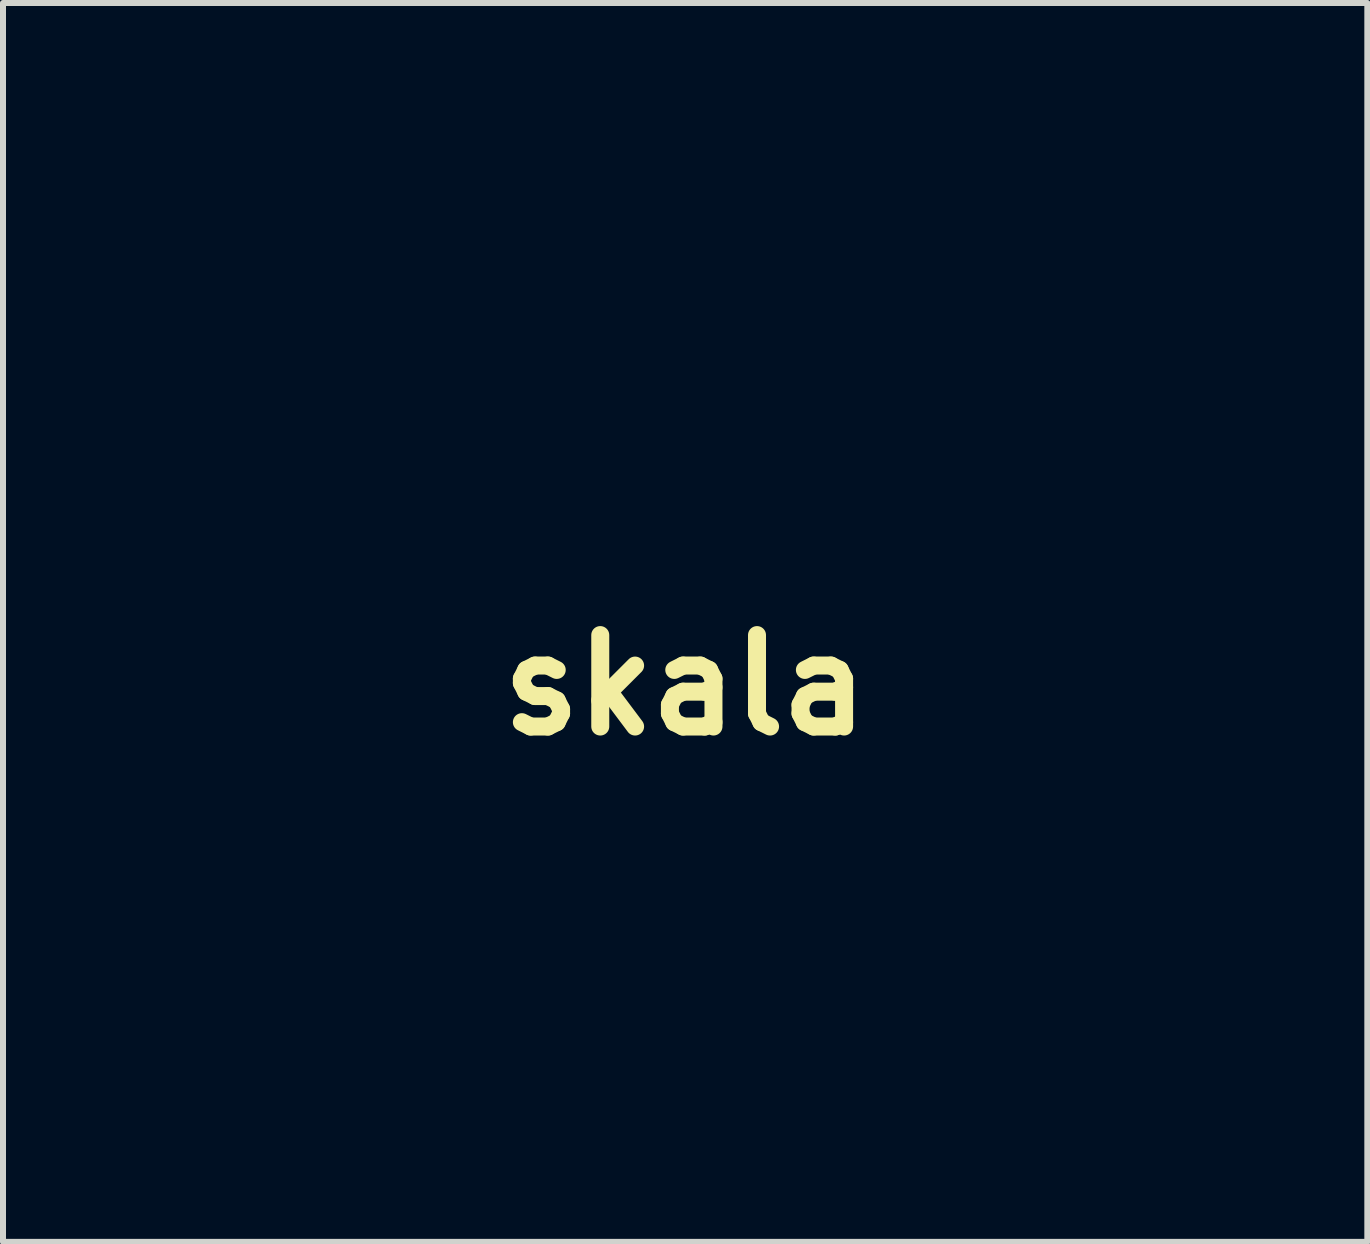
<source format=kicad_pcb>
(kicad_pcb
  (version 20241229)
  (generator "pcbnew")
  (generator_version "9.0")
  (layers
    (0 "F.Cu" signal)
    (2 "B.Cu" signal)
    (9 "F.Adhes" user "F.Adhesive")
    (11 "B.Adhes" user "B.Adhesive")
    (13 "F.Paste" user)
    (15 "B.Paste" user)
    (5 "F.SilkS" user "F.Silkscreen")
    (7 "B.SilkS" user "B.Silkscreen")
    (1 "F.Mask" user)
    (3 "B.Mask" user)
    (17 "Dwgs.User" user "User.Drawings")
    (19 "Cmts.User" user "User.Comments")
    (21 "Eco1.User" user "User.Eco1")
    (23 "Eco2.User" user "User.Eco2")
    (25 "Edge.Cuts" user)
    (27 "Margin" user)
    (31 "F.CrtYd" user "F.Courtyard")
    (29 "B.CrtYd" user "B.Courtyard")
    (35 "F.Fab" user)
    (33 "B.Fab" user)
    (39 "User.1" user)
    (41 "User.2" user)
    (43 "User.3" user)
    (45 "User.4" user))
  (footprint "skala"
    (layer "F.Cu")
    (at 8.37 8.37)
    (property "Reference" "skala" (at 0 0 0) (layer "F.SilkS") (effects (font (size 1.524 1.524) (thickness 0.3))))
    (attr through_hole)
    (fp_poly (pts (xy 0.009 -4.489) (xy 0.01 -0.614) (xy 0.106 -1.092) (xy 0.115 -1.137) (xy 0.128 -1.198) (xy 0.143 -1.274) (xy 0.161 -1.365) (xy 0.182 -1.469) (xy 0.205 -1.586) (xy 0.231 -1.716) (xy 0.259 -1.857) (xy 0.289 -2.009) (xy 0.322 -2.17) (xy 0.356 -2.341) (xy 0.391 -2.521) (xy 0.429 -2.708) (xy 0.467 -2.903) (xy 0.507 -3.104) (xy 0.549 -3.31) (xy 0.591 -3.522) (xy 0.634 -3.738) (xy 0.677 -3.957) (xy 0.721 -4.179) (xy 0.766 -4.403) (xy 0.782 -4.486) (xy 0.826 -4.705) (xy 0.869 -4.92) (xy 0.911 -5.13) (xy 0.951 -5.335) (xy 0.991 -5.533) (xy 1.029 -5.725) (xy 1.066 -5.909) (xy 1.101 -6.086) (xy 1.135 -6.254) (xy 1.167 -6.414) (xy 1.197 -6.563) (xy 1.224 -6.703) (xy 1.25 -6.832) (xy 1.274 -6.949) (xy 1.295 -7.054) (xy 1.314 -7.147) (xy 1.33 -7.226) (xy 1.343 -7.292) (xy 1.353 -7.344) (xy 1.361 -7.38) (xy 1.365 -7.401) (xy 1.366 -7.406) (xy 1.377 -7.407) (xy 1.398 -7.406) (xy 1.423 -7.403) (xy 1.447 -7.398) (xy 1.462 -7.393) (xy 1.464 -7.392) (xy 1.465 -7.387) (xy 1.464 -7.375) (xy 1.462 -7.355) (xy 1.457 -7.326) (xy 1.451 -7.287) (xy 1.442 -7.238) (xy 1.431 -7.178) (xy 1.417 -7.106) (xy 1.401 -7.021) (xy 1.382 -6.923) (xy 1.36 -6.811) (xy 1.335 -6.684) (xy 1.307 -6.542) (xy 1.292 -6.468) (xy 1.275 -6.38) (xy 1.254 -6.277) (xy 1.231 -6.16) (xy 1.205 -6.028) (xy 1.176 -5.885) (xy 1.145 -5.729) (xy 1.112 -5.564) (xy 1.077 -5.388) (xy 1.041 -5.205) (xy 1.003 -5.013) (xy 0.963 -4.816) (xy 0.923 -4.612) (xy 0.882 -4.405) (xy 0.84 -4.194) (xy 0.797 -3.981) (xy 0.755 -3.766) (xy 0.712 -3.551) (xy 0.669 -3.336) (xy 0.627 -3.123) (xy 0.623 -3.103) (xy 0.583 -2.903) (xy 0.544 -2.707) (xy 0.506 -2.516) (xy 0.469 -2.33) (xy 0.434 -2.151) (xy 0.399 -1.978) (xy 0.367 -1.814) (xy 0.336 -1.657) (xy 0.306 -1.509) (xy 0.279 -1.371) (xy 0.254 -1.243) (xy 0.23 -1.126) (xy 0.21 -1.02) (xy 0.191 -0.926) (xy 0.175 -0.845) (xy 0.162 -0.778) (xy 0.151 -0.724) (xy 0.144 -0.686) (xy 0.139 -0.662) (xy 0.138 -0.655) (xy 0.142 -0.661) (xy 0.151 -0.68) (xy 0.163 -0.709) (xy 0.175 -0.739) (xy 0.187 -0.767) (xy 0.204 -0.808) (xy 0.225 -0.859) (xy 0.25 -0.92) (xy 0.277 -0.986) (xy 0.307 -1.057) (xy 0.337 -1.129) (xy 0.339 -1.135) (xy 0.368 -1.206) (xy 0.403 -1.29) (xy 0.442 -1.383) (xy 0.483 -1.483) (xy 0.526 -1.586) (xy 0.569 -1.689) (xy 0.61 -1.789) (xy 0.648 -1.88) (xy 0.685 -1.971) (xy 0.728 -2.074) (xy 0.775 -2.187) (xy 0.824 -2.306) (xy 0.875 -2.427) (xy 0.925 -2.549) (xy 0.974 -2.667) (xy 1.02 -2.779) (xy 1.046 -2.841) (xy 1.085 -2.936) (xy 1.125 -3.033) (xy 1.164 -3.127) (xy 1.202 -3.218) (xy 1.238 -3.304) (xy 1.27 -3.382) (xy 1.298 -3.451) (xy 1.322 -3.508) (xy 1.34 -3.552) (xy 1.342 -3.556) (xy 1.359 -3.598) (xy 1.382 -3.654) (xy 1.41 -3.721) (xy 1.442 -3.798) (xy 1.477 -3.883) (xy 1.515 -3.973) (xy 1.554 -4.067) (xy 1.594 -4.163) (xy 1.633 -4.259) (xy 1.638 -4.271) (xy 1.679 -4.37) (xy 1.721 -4.471) (xy 1.763 -4.573) (xy 1.804 -4.672) (xy 1.844 -4.767) (xy 1.881 -4.856) (xy 1.914 -4.936) (xy 1.942 -5.005) (xy 1.964 -5.059) (xy 2.041 -5.243) (xy 2.116 -5.425) (xy 2.191 -5.606) (xy 2.265 -5.784) (xy 2.337 -5.958) (xy 2.408 -6.129) (xy 2.476 -6.295) (xy 2.543 -6.456) (xy 2.607 -6.61) (xy 2.669 -6.758) (xy 2.727 -6.899) (xy 2.782 -7.032) (xy 2.834 -7.156) (xy 2.881 -7.271) (xy 2.925 -7.376) (xy 2.964 -7.47) (xy 2.999 -7.553) (xy 3.028 -7.624) (xy 3.053 -7.682) (xy 3.072 -7.728) (xy 3.085 -7.759) (xy 3.092 -7.775) (xy 3.093 -7.778) (xy 3.103 -7.778) (xy 3.122 -7.772) (xy 3.147 -7.762) (xy 3.172 -7.75) (xy 3.193 -7.739) (xy 3.205 -7.73) (xy 3.206 -7.727) (xy 3.202 -7.717) (xy 3.192 -7.694) (xy 3.177 -7.658) (xy 3.158 -7.61) (xy 3.134 -7.553) (xy 3.107 -7.488) (xy 3.077 -7.417) (xy 3.046 -7.34) (xy 3.035 -7.315) (xy 3 -7.229) (xy 2.963 -7.141) (xy 2.927 -7.054) (xy 2.892 -6.97) (xy 2.86 -6.892) (xy 2.831 -6.822) (xy 2.807 -6.763) (xy 2.79 -6.723) (xy 2.772 -6.679) (xy 2.748 -6.621) (xy 2.719 -6.553) (xy 2.687 -6.475) (xy 2.652 -6.39) (xy 2.615 -6.301) (xy 2.577 -6.208) (xy 2.539 -6.116) (xy 2.515 -6.058) (xy 2.472 -5.956) (xy 2.426 -5.844) (xy 2.378 -5.728) (xy 2.328 -5.608) (xy 2.279 -5.49) (xy 2.233 -5.377) (xy 2.189 -5.272) (xy 2.15 -5.179) (xy 2.146 -5.169) (xy 2.106 -5.071) (xy 2.061 -4.962) (xy 2.012 -4.845) (xy 1.962 -4.725) (xy 1.913 -4.605) (xy 1.865 -4.491) (xy 1.822 -4.385) (xy 1.799 -4.331) (xy 1.761 -4.238) (xy 1.72 -4.14) (xy 1.678 -4.039) (xy 1.637 -3.939) (xy 1.597 -3.843) (xy 1.56 -3.753) (xy 1.527 -3.674) (xy 1.503 -3.615) (xy 1.476 -3.551) (xy 1.444 -3.473) (xy 1.407 -3.385) (xy 1.368 -3.29) (xy 1.326 -3.189) (xy 1.284 -3.087) (xy 1.242 -2.986) (xy 1.201 -2.887) (xy 1.185 -2.849) (xy 1.145 -2.752) (xy 1.103 -2.649) (xy 1.059 -2.545) (xy 1.016 -2.44) (xy 0.974 -2.339) (xy 0.935 -2.245) (xy 0.899 -2.159) (xy 0.869 -2.085) (xy 0.859 -2.062) (xy 0.833 -1.999) (xy 0.802 -1.924) (xy 0.766 -1.837) (xy 0.726 -1.741) (xy 0.684 -1.639) (xy 0.64 -1.532) (xy 0.595 -1.423) (xy 0.55 -1.314) (xy 0.506 -1.208) (xy 0.488 -1.165) (xy 0.449 -1.071) (xy 0.412 -0.981) (xy 0.377 -0.898) (xy 0.346 -0.821) (xy 0.318 -0.753) (xy 0.294 -0.694) (xy 0.275 -0.646) (xy 0.26 -0.61) (xy 0.251 -0.587) (xy 0.248 -0.579) (xy 0.248 -0.579) (xy 0.253 -0.585) (xy 0.266 -0.604) (xy 0.287 -0.633) (xy 0.313 -0.672) (xy 0.345 -0.719) (xy 0.38 -0.771) (xy 0.407 -0.811) (xy 0.44 -0.86) (xy 0.481 -0.922) (xy 0.531 -0.996) (xy 0.588 -1.082) (xy 0.652 -1.178) (xy 0.723 -1.284) (xy 0.8 -1.399) (xy 0.881 -1.521) (xy 0.968 -1.651) (xy 1.059 -1.787) (xy 1.153 -1.928) (xy 1.25 -2.073) (xy 1.349 -2.222) (xy 1.451 -2.373) (xy 1.553 -2.526) (xy 1.656 -2.68) (xy 1.758 -2.834) (xy 1.861 -2.987) (xy 1.961 -3.138) (xy 2.061 -3.286) (xy 2.157 -3.431) (xy 2.251 -3.571) (xy 2.341 -3.706) (xy 2.427 -3.835) (xy 2.508 -3.956) (xy 2.584 -4.07) (xy 2.654 -4.174) (xy 2.717 -4.269) (xy 2.774 -4.353) (xy 2.815 -4.415) (xy 2.892 -4.53) (xy 2.976 -4.656) (xy 3.064 -4.788) (xy 3.156 -4.926) (xy 3.25 -5.066) (xy 3.343 -5.205) (xy 3.434 -5.341) (xy 3.52 -5.471) (xy 3.601 -5.592) (xy 3.675 -5.702) (xy 3.736 -5.795) (xy 3.796 -5.884) (xy 3.851 -5.967) (xy 3.903 -6.045) (xy 3.95 -6.115) (xy 3.992 -6.177) (xy 4.027 -6.231) (xy 4.056 -6.274) (xy 4.077 -6.306) (xy 4.091 -6.326) (xy 4.095 -6.332) (xy 4.103 -6.33) (xy 4.121 -6.32) (xy 4.145 -6.304) (xy 4.172 -6.284) (xy 4.185 -6.27) (xy 4.186 -6.263) (xy 4.18 -6.255) (xy 4.166 -6.233) (xy 4.144 -6.199) (xy 4.113 -6.154) (xy 4.076 -6.099) (xy 4.033 -6.033) (xy 3.983 -5.959) (xy 3.929 -5.877) (xy 3.869 -5.788) (xy 3.806 -5.693) (xy 3.738 -5.593) (xy 3.669 -5.488) (xy 3.628 -5.427) (xy 3.447 -5.156) (xy 3.275 -4.899) (xy 3.111 -4.654) (xy 2.955 -4.421) (xy 2.807 -4.198) (xy 2.665 -3.986) (xy 2.529 -3.782) (xy 2.398 -3.587) (xy 2.273 -3.399) (xy 2.152 -3.218) (xy 2.035 -3.043) (xy 1.922 -2.873) (xy 1.811 -2.708) (xy 1.702 -2.545) (xy 1.596 -2.386) (xy 1.49 -2.228) (xy 1.385 -2.07) (xy 1.281 -1.914) (xy 1.175 -1.756) (xy 1.097 -1.638) (xy 0.362 -0.538) (xy 3.098 -3.272) (xy 5.833 -6.007) (xy 5.922 -5.918) (xy 3.183 -3.178) (xy 3.003 -2.998) (xy 2.826 -2.82) (xy 2.652 -2.646) (xy 2.482 -2.476) (xy 2.316 -2.31) (xy 2.155 -2.149) (xy 1.998 -1.992) (xy 1.847 -1.841) (xy 1.702 -1.695) (xy 1.563 -1.556) (xy 1.43 -1.423) (xy 1.304 -1.296) (xy 1.185 -1.177) (xy 1.073 -1.066) (xy 0.97 -0.962) (xy 0.875 -0.867) (xy 0.788 -0.78) (xy 0.711 -0.702) (xy 0.643 -0.634) (xy 0.585 -0.575) (xy 0.536 -0.527) (xy 0.499 -0.489) (xy 0.472 -0.462) (xy 0.457 -0.447) (xy 0.453 -0.443) (xy 0.462 -0.448) (xy 0.483 -0.462) (xy 0.515 -0.483) (xy 0.556 -0.511) (xy 0.604 -0.543) (xy 0.658 -0.579) (xy 0.707 -0.612) (xy 0.743 -0.635) (xy 0.792 -0.668) (xy 0.853 -0.709) (xy 0.925 -0.757) (xy 1.007 -0.812) (xy 1.098 -0.873) (xy 1.197 -0.939) (xy 1.303 -1.01) (xy 1.415 -1.085) (xy 1.532 -1.163) (xy 1.653 -1.244) (xy 1.777 -1.326) (xy 1.902 -1.41) (xy 2.028 -1.494) (xy 2.167 -1.587) (xy 2.314 -1.685) (xy 2.465 -1.787) (xy 2.621 -1.89) (xy 2.778 -1.995) (xy 2.935 -2.1) (xy 3.09 -2.204) (xy 3.243 -2.306) (xy 3.39 -2.404) (xy 3.53 -2.498) (xy 3.661 -2.586) (xy 3.782 -2.667) (xy 3.891 -2.739) (xy 3.903 -2.747) (xy 4.121 -2.893) (xy 4.326 -3.03) (xy 4.517 -3.158) (xy 4.696 -3.277) (xy 4.862 -3.388) (xy 5.016 -3.491) (xy 5.158 -3.586) (xy 5.289 -3.674) (xy 5.41 -3.754) (xy 5.52 -3.827) (xy 5.62 -3.894) (xy 5.711 -3.955) (xy 5.792 -4.009) (xy 5.865 -4.057) (xy 5.93 -4.1) (xy 5.986 -4.138) (xy 6.035 -4.17) (xy 6.077 -4.198) (xy 6.113 -4.222) (xy 6.142 -4.241) (xy 6.165 -4.256) (xy 6.183 -4.267) (xy 6.196 -4.276) (xy 6.204 -4.281) (xy 6.209 -4.283) (xy 6.209 -4.283) (xy 6.222 -4.266) (xy 6.236 -4.244) (xy 6.25 -4.221) (xy 6.261 -4.203) (xy 6.265 -4.194) (xy 6.258 -4.188) (xy 6.238 -4.174) (xy 6.205 -4.151) (xy 6.162 -4.121) (xy 6.107 -4.084) (xy 6.043 -4.041) (xy 5.971 -3.992) (xy 5.89 -3.938) (xy 5.803 -3.879) (xy 5.709 -3.816) (xy 5.611 -3.75) (xy 5.508 -3.682) (xy 5.484 -3.666) (xy 5.34 -3.57) (xy 5.188 -3.469) (xy 5.028 -3.362) (xy 4.86 -3.249) (xy 4.682 -3.131) (xy 4.495 -3.006) (xy 4.298 -2.874) (xy 4.091 -2.736) (xy 3.874 -2.591) (xy 3.646 -2.438) (xy 3.406 -2.278) (xy 3.155 -2.11) (xy 2.891 -1.934) (xy 2.615 -1.75) (xy 2.327 -1.557) (xy 2.025 -1.355) (xy 1.709 -1.144) (xy 1.645 -1.101) (xy 1.523 -1.02) (xy 1.406 -0.941) (xy 1.293 -0.866) (xy 1.185 -0.794) (xy 1.084 -0.726) (xy 0.99 -0.663) (xy 0.904 -0.605) (xy 0.826 -0.552) (xy 0.757 -0.506) (xy 0.698 -0.466) (xy 0.65 -0.434) (xy 0.614 -0.409) (xy 0.59 -0.392) (xy 0.579 -0.384) (xy 0.579 -0.384) (xy 0.587 -0.386) (xy 0.608 -0.393) (xy 0.638 -0.405) (xy 0.67 -0.418) (xy 0.718 -0.438) (xy 0.773 -0.461) (xy 0.826 -0.483) (xy 0.847 -0.491) (xy 0.887 -0.508) (xy 0.925 -0.523) (xy 0.956 -0.537) (xy 0.971 -0.543) (xy 0.993 -0.553) (xy 1.008 -0.558) (xy 1.011 -0.559) (xy 1.021 -0.562) (xy 1.041 -0.57) (xy 1.052 -0.575) (xy 1.074 -0.585) (xy 1.107 -0.599) (xy 1.147 -0.615) (xy 1.189 -0.633) (xy 1.194 -0.635) (xy 1.238 -0.653) (xy 1.281 -0.671) (xy 1.318 -0.686) (xy 1.345 -0.698) (xy 1.346 -0.698) (xy 1.371 -0.709) (xy 1.407 -0.724) (xy 1.451 -0.742) (xy 1.497 -0.761) (xy 1.511 -0.767) (xy 1.556 -0.785) (xy 1.612 -0.808) (xy 1.674 -0.834) (xy 1.739 -0.86) (xy 1.801 -0.886) (xy 1.812 -0.891) (xy 1.873 -0.916) (xy 1.936 -0.942) (xy 1.998 -0.968) (xy 2.055 -0.991) (xy 2.101 -1.01) (xy 2.108 -1.013) (xy 2.155 -1.033) (xy 2.201 -1.052) (xy 2.242 -1.069) (xy 2.273 -1.082) (xy 2.278 -1.084) (xy 2.308 -1.097) (xy 2.349 -1.113) (xy 2.394 -1.132) (xy 2.43 -1.147) (xy 2.47 -1.163) (xy 2.507 -1.178) (xy 2.536 -1.191) (xy 2.553 -1.198) (xy 2.57 -1.206) (xy 2.6 -1.218) (xy 2.636 -1.233) (xy 2.675 -1.249) (xy 2.739 -1.275) (xy 2.804 -1.301) (xy 2.866 -1.327) (xy 2.921 -1.35) (xy 2.966 -1.369) (xy 2.972 -1.372) (xy 2.994 -1.381) (xy 3.028 -1.395) (xy 3.069 -1.412) (xy 3.112 -1.429) (xy 3.116 -1.431) (xy 3.156 -1.447) (xy 3.192 -1.462) (xy 3.22 -1.474) (xy 3.237 -1.481) (xy 3.239 -1.482) (xy 3.251 -1.487) (xy 3.277 -1.498) (xy 3.313 -1.513) (xy 3.357 -1.531) (xy 3.405 -1.551) (xy 3.412 -1.554) (xy 3.474 -1.579) (xy 3.545 -1.609) (xy 3.619 -1.639) (xy 3.689 -1.668) (xy 3.73 -1.685) (xy 3.815 -1.72) (xy 3.91 -1.76) (xy 4.011 -1.802) (xy 4.114 -1.844) (xy 4.213 -1.885) (xy 4.305 -1.923) (xy 4.377 -1.953) (xy 4.424 -1.972) (xy 4.47 -1.992) (xy 4.511 -2.009) (xy 4.542 -2.022) (xy 4.547 -2.024) (xy 4.578 -2.037) (xy 4.622 -2.055) (xy 4.676 -2.077) (xy 4.738 -2.103) (xy 4.805 -2.131) (xy 4.874 -2.159) (xy 4.942 -2.188) (xy 5.008 -2.215) (xy 5.067 -2.239) (xy 5.072 -2.241) (xy 5.119 -2.26) (xy 5.163 -2.279) (xy 5.201 -2.295) (xy 5.23 -2.307) (xy 5.241 -2.311) (xy 5.263 -2.321) (xy 5.297 -2.335) (xy 5.338 -2.352) (xy 5.381 -2.369) (xy 5.385 -2.371) (xy 5.425 -2.387) (xy 5.461 -2.402) (xy 5.49 -2.414) (xy 5.506 -2.421) (xy 5.508 -2.421) (xy 5.521 -2.427) (xy 5.548 -2.439) (xy 5.588 -2.455) (xy 5.638 -2.476) (xy 5.697 -2.501) (xy 5.763 -2.528) (xy 5.835 -2.558) (xy 5.911 -2.589) (xy 5.988 -2.621) (xy 6.028 -2.637) (xy 6.077 -2.657) (xy 6.122 -2.676) (xy 6.159 -2.691) (xy 6.186 -2.703) (xy 6.201 -2.709) (xy 6.202 -2.709) (xy 6.216 -2.715) (xy 6.242 -2.726) (xy 6.277 -2.741) (xy 6.317 -2.757) (xy 6.325 -2.76) (xy 6.368 -2.778) (xy 6.409 -2.794) (xy 6.443 -2.809) (xy 6.467 -2.819) (xy 6.469 -2.819) (xy 6.489 -2.828) (xy 6.523 -2.842) (xy 6.568 -2.861) (xy 6.622 -2.883) (xy 6.681 -2.908) (xy 6.745 -2.935) (xy 6.81 -2.962) (xy 6.875 -2.988) (xy 6.936 -3.013) (xy 6.989 -3.035) (xy 7.035 -3.054) (xy 7.08 -3.073) (xy 7.119 -3.089) (xy 7.148 -3.101) (xy 7.154 -3.104) (xy 7.178 -3.114) (xy 7.214 -3.128) (xy 7.257 -3.146) (xy 7.305 -3.166) (xy 7.336 -3.179) (xy 7.384 -3.199) (xy 7.429 -3.217) (xy 7.468 -3.234) (xy 7.497 -3.246) (xy 7.51 -3.251) (xy 7.567 -3.275) (xy 7.611 -3.294) (xy 7.643 -3.306) (xy 7.665 -3.315) (xy 7.679 -3.319) (xy 7.688 -3.319) (xy 7.693 -3.318) (xy 7.694 -3.316) (xy 7.704 -3.299) (xy 7.714 -3.275) (xy 7.724 -3.249) (xy 7.731 -3.226) (xy 7.733 -3.211) (xy 7.732 -3.208) (xy 7.724 -3.204) (xy 7.701 -3.194) (xy 7.664 -3.179) (xy 7.616 -3.158) (xy 7.557 -3.134) (xy 7.488 -3.105) (xy 7.411 -3.073) (xy 7.328 -3.038) (xy 7.238 -3.001) (xy 7.143 -2.962) (xy 7.137 -2.959) (xy 7.025 -2.913) (xy 6.898 -2.86) (xy 6.758 -2.802) (xy 6.608 -2.74) (xy 6.448 -2.674) (xy 6.28 -2.604) (xy 6.105 -2.532) (xy 5.925 -2.457) (xy 5.742 -2.381) (xy 5.556 -2.305) (xy 5.371 -2.228) (xy 5.186 -2.151) (xy 5.003 -2.076) (xy 4.825 -2.002) (xy 4.653 -1.93) (xy 4.487 -1.862) (xy 4.33 -1.797) (xy 4.183 -1.736) (xy 4.048 -1.68) (xy 3.926 -1.629) (xy 3.882 -1.611) (xy 3.788 -1.572) (xy 3.697 -1.534) (xy 3.609 -1.498) (xy 3.527 -1.464) (xy 3.452 -1.433) (xy 3.385 -1.405) (xy 3.329 -1.382) (xy 3.284 -1.363) (xy 3.253 -1.35) (xy 3.243 -1.346) (xy 3.221 -1.337) (xy 3.2 -1.329) (xy 3.179 -1.32) (xy 3.157 -1.311) (xy 3.133 -1.301) (xy 3.106 -1.29) (xy 3.076 -1.278) (xy 3.042 -1.263) (xy 3.003 -1.247) (xy 2.958 -1.228) (xy 2.906 -1.207) (xy 2.846 -1.182) (xy 2.778 -1.154) (xy 2.701 -1.122) (xy 2.614 -1.086) (xy 2.516 -1.045) (xy 2.406 -1) (xy 2.284 -0.949) (xy 2.149 -0.893) (xy 1.999 -0.831) (xy 1.867 -0.777) (xy 1.7 -0.707) (xy 1.548 -0.644) (xy 1.41 -0.587) (xy 1.285 -0.536) (xy 1.174 -0.489) (xy 1.075 -0.448) (xy 0.987 -0.412) (xy 0.911 -0.38) (xy 0.844 -0.353) (xy 0.788 -0.329) (xy 0.74 -0.309) (xy 0.7 -0.292) (xy 0.668 -0.279) (xy 0.643 -0.268) (xy 0.624 -0.259) (xy 0.61 -0.253) (xy 0.601 -0.249) (xy 0.597 -0.247) (xy 0.596 -0.245) (xy 0.597 -0.245) (xy 0.601 -0.246) (xy 0.607 -0.247) (xy 0.613 -0.249) (xy 0.618 -0.25) (xy 0.629 -0.252) (xy 0.656 -0.257) (xy 0.697 -0.265) (xy 0.751 -0.276) (xy 0.816 -0.289) (xy 0.892 -0.304) (xy 0.977 -0.321) (xy 1.07 -0.34) (xy 1.17 -0.359) (xy 1.275 -0.38) (xy 1.367 -0.399) (xy 1.489 -0.423) (xy 1.616 -0.448) (xy 1.746 -0.474) (xy 1.876 -0.5) (xy 2.003 -0.525) (xy 2.126 -0.549) (xy 2.243 -0.573) (xy 2.35 -0.594) (xy 2.445 -0.613) (xy 2.527 -0.629) (xy 2.536 -0.631) (xy 2.62 -0.648) (xy 2.7 -0.664) (xy 2.774 -0.678) (xy 2.84 -0.692) (xy 2.897 -0.703) (xy 2.943 -0.712) (xy 2.975 -0.718) (xy 2.994 -0.722) (xy 2.997 -0.723) (xy 3.013 -0.726) (xy 3.042 -0.731) (xy 3.08 -0.739) (xy 3.122 -0.747) (xy 3.128 -0.748) (xy 3.16 -0.755) (xy 3.207 -0.764) (xy 3.269 -0.777) (xy 3.345 -0.792) (xy 3.434 -0.809) (xy 3.535 -0.829) (xy 3.646 -0.852) (xy 3.768 -0.876) (xy 3.899 -0.902) (xy 4.038 -0.93) (xy 4.185 -0.959) (xy 4.338 -0.989) (xy 4.496 -1.021) (xy 4.659 -1.053) (xy 4.825 -1.086) (xy 4.994 -1.12) (xy 5.165 -1.154) (xy 5.337 -1.188) (xy 5.453 -1.211) (xy 5.585 -1.237) (xy 5.723 -1.265) (xy 5.864 -1.293) (xy 6.006 -1.321) (xy 6.147 -1.349) (xy 6.284 -1.376) (xy 6.415 -1.402) (xy 6.539 -1.427) (xy 6.653 -1.45) (xy 6.754 -1.47) (xy 6.84 -1.487) (xy 6.932 -1.505) (xy 7.019 -1.522) (xy 7.1 -1.538) (xy 7.173 -1.552) (xy 7.237 -1.565) (xy 7.29 -1.575) (xy 7.331 -1.582) (xy 7.358 -1.587) (xy 7.371 -1.589) (xy 7.372 -1.589) (xy 7.376 -1.579) (xy 7.381 -1.559) (xy 7.387 -1.534) (xy 7.393 -1.509) (xy 7.396 -1.49) (xy 7.396 -1.484) (xy 7.396 -1.483) (xy 7.396 -1.483) (xy 7.396 -1.483) (xy 7.396 -1.483) (xy 7.394 -1.482) (xy 7.39 -1.481) (xy 7.385 -1.48) (xy 7.377 -1.478) (xy 7.366 -1.476) (xy 7.352 -1.473) (xy 7.333 -1.469) (xy 7.311 -1.465) (xy 7.283 -1.459) (xy 7.25 -1.452) (xy 7.212 -1.445) (xy 7.167 -1.436) (xy 7.115 -1.425) (xy 7.057 -1.414) (xy 6.99 -1.4) (xy 6.916 -1.386) (xy 6.833 -1.369) (xy 6.741 -1.351) (xy 6.64 -1.331) (xy 6.529 -1.309) (xy 6.407 -1.284) (xy 6.275 -1.258) (xy 6.131 -1.229) (xy 5.976 -1.199) (xy 5.808 -1.165) (xy 5.628 -1.129) (xy 5.435 -1.091) (xy 5.228 -1.05) (xy 5.006 -1.006) (xy 4.771 -0.959) (xy 4.52 -0.909) (xy 4.254 -0.856) (xy 3.972 -0.8) (xy 3.818 -0.769) (xy 3.549 -0.716) (xy 3.296 -0.666) (xy 3.058 -0.618) (xy 2.835 -0.574) (xy 2.625 -0.532) (xy 2.429 -0.493) (xy 2.245 -0.456) (xy 2.073 -0.422) (xy 1.913 -0.39) (xy 1.762 -0.36) (xy 1.622 -0.332) (xy 1.491 -0.306) (xy 1.368 -0.282) (xy 1.253 -0.259) (xy 1.145 -0.237) (xy 1.043 -0.217) (xy 0.948 -0.198) (xy 0.857 -0.179) (xy 0.855 -0.179) (xy 0.309 -0.069) (xy 4.337 -0.069) (xy 8.365 -0.068) (xy 8.365 0.059) (xy 0.675 0.064) (xy 4.031 0.731) (xy 4.266 0.778) (xy 4.497 0.824) (xy 4.723 0.869) (xy 4.944 0.913) (xy 5.159 0.955) (xy 5.368 0.997) (xy 5.569 1.037) (xy 5.763 1.076) (xy 5.949 1.113) (xy 6.126 1.148) (xy 6.294 1.182) (xy 6.453 1.213) (xy 6.601 1.243) (xy 6.738 1.27) (xy 6.863 1.295) (xy 6.977 1.318) (xy 7.078 1.338) (xy 7.166 1.356) (xy 7.241 1.371) (xy 7.301 1.383) (xy 7.347 1.392) (xy 7.377 1.398) (xy 7.391 1.401) (xy 7.392 1.402) (xy 7.393 1.411) (xy 7.391 1.431) (xy 7.387 1.456) (xy 7.382 1.482) (xy 7.377 1.502) (xy 7.373 1.511) (xy 7.365 1.509) (xy 7.34 1.505) (xy 7.3 1.497) (xy 7.245 1.486) (xy 7.176 1.473) (xy 7.093 1.457) (xy 6.997 1.438) (xy 6.887 1.416) (xy 6.766 1.392) (xy 6.633 1.366) (xy 6.489 1.337) (xy 6.334 1.307) (xy 6.17 1.274) (xy 5.996 1.24) (xy 5.813 1.204) (xy 5.622 1.166) (xy 5.423 1.126) (xy 5.217 1.085) (xy 5.004 1.043) (xy 4.786 1) (xy 4.561 0.955) (xy 4.332 0.909) (xy 4.098 0.863) (xy 4.013 0.846) (xy 3.778 0.799) (xy 3.547 0.753) (xy 3.321 0.708) (xy 3.1 0.664) (xy 2.885 0.622) (xy 2.676 0.58) (xy 2.474 0.54) (xy 2.28 0.502) (xy 2.094 0.465) (xy 1.917 0.43) (xy 1.749 0.396) (xy 1.59 0.365) (xy 1.442 0.336) (xy 1.305 0.309) (xy 1.179 0.284) (xy 1.065 0.261) (xy 0.964 0.241) (xy 0.876 0.224) (xy 0.801 0.209) (xy 0.741 0.198) (xy 0.695 0.189) (xy 0.665 0.183) (xy 0.65 0.18) (xy 0.649 0.18) (xy 0.657 0.184) (xy 0.679 0.193) (xy 0.716 0.209) (xy 0.767 0.23) (xy 0.832 0.258) (xy 0.91 0.29) (xy 1.001 0.328) (xy 1.104 0.371) (xy 1.219 0.419) (xy 1.345 0.471) (xy 1.482 0.528) (xy 1.629 0.59) (xy 1.786 0.655) (xy 1.952 0.724) (xy 2.127 0.796) (xy 2.31 0.872) (xy 2.501 0.952) (xy 2.699 1.034) (xy 2.904 1.119) (xy 3.116 1.207) (xy 3.333 1.297) (xy 3.556 1.389) (xy 3.783 1.483) (xy 4.015 1.579) (xy 4.197 1.654) (xy 4.432 1.752) (xy 4.663 1.847) (xy 4.889 1.941) (xy 5.111 2.033) (xy 5.327 2.123) (xy 5.538 2.21) (xy 5.741 2.294) (xy 5.938 2.376) (xy 6.128 2.454) (xy 6.31 2.53) (xy 6.483 2.601) (xy 6.647 2.67) (xy 6.802 2.734) (xy 6.948 2.794) (xy 7.082 2.85) (xy 7.206 2.901) (xy 7.319 2.948) (xy 7.42 2.99) (xy 7.508 3.027) (xy 7.584 3.058) (xy 7.647 3.084) (xy 7.695 3.104) (xy 7.73 3.118) (xy 7.749 3.127) (xy 7.754 3.129) (xy 7.752 3.137) (xy 7.745 3.157) (xy 7.735 3.184) (xy 7.733 3.187) (xy 7.721 3.217) (xy 7.711 3.234) (xy 7.702 3.241) (xy 7.693 3.24) (xy 7.684 3.237) (xy 7.66 3.227) (xy 7.621 3.211) (xy 7.568 3.19) (xy 7.502 3.162) (xy 7.422 3.129) (xy 7.33 3.091) (xy 7.225 3.048) (xy 7.109 3) (xy 6.982 2.948) (xy 6.844 2.891) (xy 6.696 2.83) (xy 6.538 2.764) (xy 6.371 2.695) (xy 6.196 2.623) (xy 6.012 2.547) (xy 5.821 2.468) (xy 5.622 2.386) (xy 5.417 2.301) (xy 5.206 2.213) (xy 4.989 2.123) (xy 4.767 2.031) (xy 4.54 1.937) (xy 4.309 1.842) (xy 4.187 1.791) (xy 3.904 1.674) (xy 3.636 1.563) (xy 3.384 1.458) (xy 3.145 1.359) (xy 2.921 1.266) (xy 2.71 1.179) (xy 2.512 1.097) (xy 2.327 1.02) (xy 2.154 0.949) (xy 1.994 0.882) (xy 1.844 0.82) (xy 1.706 0.763) (xy 1.578 0.71) (xy 1.461 0.662) (xy 1.353 0.617) (xy 1.255 0.576) (xy 1.166 0.539) (xy 1.085 0.506) (xy 1.012 0.476) (xy 0.947 0.449) (xy 0.89 0.426) (xy 0.839 0.405) (xy 0.795 0.387) (xy 0.757 0.371) (xy 0.724 0.358) (xy 0.697 0.347) (xy 0.674 0.338) (xy 0.656 0.33) (xy 0.642 0.325) (xy 0.631 0.321) (xy 0.623 0.318) (xy 0.618 0.316) (xy 0.616 0.316) (xy 0.615 0.316) (xy 0.616 0.317) (xy 0.618 0.318) (xy 0.62 0.32) (xy 0.622 0.321) (xy 0.625 0.323) (xy 0.627 0.324) (xy 0.635 0.33) (xy 0.656 0.345) (xy 0.691 0.368) (xy 0.737 0.399) (xy 0.795 0.438) (xy 0.863 0.484) (xy 0.941 0.536) (xy 1.028 0.595) (xy 1.124 0.659) (xy 1.228 0.729) (xy 1.338 0.803) (xy 1.455 0.881) (xy 1.578 0.963) (xy 1.706 1.048) (xy 1.838 1.137) (xy 1.956 1.215) (xy 2.11 1.318) (xy 2.271 1.425) (xy 2.438 1.537) (xy 2.609 1.651) (xy 2.782 1.767) (xy 2.956 1.883) (xy 3.13 1.999) (xy 3.302 2.114) (xy 3.469 2.226) (xy 3.632 2.334) (xy 3.787 2.438) (xy 3.934 2.536) (xy 4.071 2.628) (xy 4.196 2.711) (xy 4.255 2.75) (xy 4.383 2.836) (xy 4.514 2.924) (xy 4.648 3.013) (xy 4.782 3.103) (xy 4.915 3.192) (xy 5.046 3.279) (xy 5.173 3.364) (xy 5.294 3.445) (xy 5.409 3.522) (xy 5.515 3.593) (xy 5.612 3.657) (xy 5.697 3.714) (xy 5.762 3.757) (xy 5.846 3.814) (xy 5.927 3.868) (xy 6.003 3.919) (xy 6.072 3.965) (xy 6.134 4.006) (xy 6.187 4.042) (xy 6.231 4.072) (xy 6.263 4.094) (xy 6.285 4.108) (xy 6.293 4.114) (xy 6.293 4.114) (xy 6.292 4.123) (xy 6.283 4.141) (xy 6.269 4.163) (xy 6.254 4.184) (xy 6.239 4.2) (xy 6.229 4.206) (xy 6.229 4.206) (xy 6.222 4.203) (xy 6.205 4.192) (xy 6.178 4.174) (xy 6.141 4.15) (xy 6.092 4.118) (xy 6.033 4.078) (xy 5.962 4.031) (xy 5.88 3.977) (xy 5.786 3.914) (xy 5.679 3.843) (xy 5.561 3.764) (xy 5.43 3.677) (xy 5.286 3.581) (xy 5.129 3.476) (xy 4.959 3.362) (xy 4.776 3.24) (xy 4.579 3.108) (xy 4.508 3.061) (xy 4.441 3.015) (xy 4.36 2.961) (xy 4.267 2.899) (xy 4.164 2.83) (xy 4.051 2.755) (xy 3.93 2.674) (xy 3.802 2.588) (xy 3.667 2.498) (xy 3.528 2.405) (xy 3.384 2.309) (xy 3.238 2.212) (xy 3.091 2.113) (xy 2.943 2.015) (xy 2.796 1.916) (xy 2.65 1.819) (xy 2.633 1.808) (xy 2.491 1.713) (xy 2.348 1.617) (xy 2.206 1.523) (xy 2.066 1.429) (xy 1.929 1.337) (xy 1.795 1.248) (xy 1.666 1.161) (xy 1.542 1.079) (xy 1.426 1.001) (xy 1.317 0.928) (xy 1.216 0.861) (xy 1.126 0.8) (xy 1.046 0.747) (xy 0.978 0.701) (xy 0.922 0.664) (xy 0.907 0.654) (xy 0.833 0.604) (xy 0.762 0.558) (xy 0.698 0.515) (xy 0.64 0.476) (xy 0.59 0.444) (xy 0.549 0.417) (xy 0.519 0.398) (xy 0.5 0.386) (xy 0.495 0.383) (xy 0.5 0.389) (xy 0.518 0.407) (xy 0.546 0.436) (xy 0.586 0.476) (xy 0.636 0.526) (xy 0.696 0.586) (xy 0.765 0.656) (xy 0.844 0.736) (xy 0.933 0.824) (xy 1.029 0.921) (xy 1.134 1.026) (xy 1.247 1.139) (xy 1.367 1.26) (xy 1.494 1.387) (xy 1.629 1.522) (xy 1.769 1.662) (xy 1.915 1.809) (xy 2.067 1.961) (xy 2.225 2.119) (xy 2.387 2.281) (xy 2.554 2.448) (xy 2.724 2.618) (xy 2.899 2.793) (xy 3.077 2.971) (xy 3.23 3.124) (xy 5.968 5.862) (xy 5.924 5.906) (xy 5.88 5.95) (xy 3.155 3.227) (xy 2.975 3.047) (xy 2.798 2.871) (xy 2.625 2.697) (xy 2.455 2.528) (xy 2.29 2.363) (xy 2.129 2.202) (xy 1.973 2.046) (xy 1.822 1.896) (xy 1.677 1.751) (xy 1.538 1.613) (xy 1.406 1.481) (xy 1.28 1.355) (xy 1.162 1.237) (xy 1.051 1.127) (xy 0.948 1.024) (xy 0.853 0.93) (xy 0.767 0.844) (xy 0.69 0.768) (xy 0.623 0.7) (xy 0.565 0.643) (xy 0.518 0.596) (xy 0.481 0.56) (xy 0.455 0.534) (xy 0.44 0.52) (xy 0.436 0.516) (xy 0.442 0.525) (xy 0.456 0.547) (xy 0.479 0.581) (xy 0.509 0.626) (xy 0.545 0.681) (xy 0.588 0.745) (xy 0.636 0.817) (xy 0.689 0.897) (xy 0.746 0.982) (xy 0.807 1.073) (xy 0.87 1.167) (xy 0.885 1.19) (xy 0.947 1.282) (xy 1.017 1.388) (xy 1.095 1.504) (xy 1.178 1.628) (xy 1.267 1.761) (xy 1.359 1.898) (xy 1.453 2.04) (xy 1.549 2.184) (xy 1.646 2.328) (xy 1.741 2.471) (xy 1.835 2.611) (xy 1.925 2.747) (xy 1.983 2.832) (xy 2.066 2.958) (xy 2.159 3.095) (xy 2.258 3.244) (xy 2.363 3.401) (xy 2.472 3.565) (xy 2.585 3.734) (xy 2.7 3.906) (xy 2.816 4.08) (xy 2.932 4.253) (xy 3.047 4.425) (xy 3.159 4.592) (xy 3.267 4.754) (xy 3.37 4.909) (xy 3.433 5.003) (xy 3.519 5.131) (xy 3.602 5.256) (xy 3.682 5.376) (xy 3.759 5.491) (xy 3.831 5.6) (xy 3.9 5.703) (xy 3.963 5.798) (xy 4.02 5.885) (xy 4.072 5.963) (xy 4.118 6.032) (xy 4.156 6.09) (xy 4.187 6.137) (xy 4.21 6.172) (xy 4.224 6.195) (xy 4.23 6.205) (xy 4.23 6.205) (xy 4.225 6.219) (xy 4.204 6.238) (xy 4.193 6.246) (xy 4.17 6.261) (xy 4.153 6.271) (xy 4.147 6.274) (xy 4.142 6.267) (xy 4.128 6.246) (xy 4.105 6.213) (xy 4.074 6.166) (xy 4.034 6.108) (xy 3.987 6.038) (xy 3.933 5.956) (xy 3.871 5.864) (xy 3.802 5.762) (xy 3.727 5.65) (xy 3.646 5.529) (xy 3.559 5.399) (xy 3.466 5.261) (xy 3.369 5.115) (xy 3.266 4.962) (xy 3.159 4.802) (xy 3.047 4.635) (xy 2.932 4.463) (xy 2.813 4.285) (xy 2.691 4.102) (xy 2.566 3.915) (xy 2.439 3.724) (xy 2.356 3.6) (xy 2.226 3.407) (xy 2.099 3.216) (xy 1.975 3.03) (xy 1.853 2.848) (xy 1.735 2.67) (xy 1.62 2.499) (xy 1.51 2.332) (xy 1.403 2.173) (xy 1.301 2.02) (xy 1.204 1.874) (xy 1.113 1.736) (xy 1.027 1.607) (xy 0.946 1.486) (xy 0.872 1.375) (xy 0.805 1.273) (xy 0.745 1.182) (xy 0.691 1.102) (xy 0.646 1.032) (xy 0.608 0.975) (xy 0.579 0.93) (xy 0.558 0.898) (xy 0.546 0.879) (xy 0.543 0.874) (xy 0.524 0.841) (xy 0.503 0.809) (xy 0.488 0.789) (xy 0.472 0.77) (xy 0.45 0.741) (xy 0.424 0.705) (xy 0.397 0.667) (xy 0.394 0.663) (xy 0.37 0.628) (xy 0.35 0.599) (xy 0.335 0.578) (xy 0.327 0.568) (xy 0.326 0.567) (xy 0.327 0.574) (xy 0.334 0.593) (xy 0.344 0.615) (xy 0.354 0.64) (xy 0.36 0.659) (xy 0.361 0.667) (xy 0.352 0.665) (xy 0.333 0.656) (xy 0.312 0.645) (xy 0.268 0.624) (xy 0.221 0.611) (xy 0.191 0.605) (xy 0.178 0.604) (xy 0.154 0.603) (xy 0.14 0.602) (xy 0.113 0.6) (xy 0.093 0.596) (xy 0.087 0.594) (xy 0.082 0.584) (xy 0.075 0.56) (xy 0.066 0.525) (xy 0.055 0.481) (xy 0.045 0.431) (xy 0.043 0.423) (xy 0.02 0.309) (xy 0.601 0.309) (xy 0.605 0.313) (xy 0.61 0.309) (xy 0.605 0.305) (xy 0.601 0.309) (xy 0.02 0.309) (xy 0.01 0.258) (xy 0.009 0.416) (xy 0.008 0.472) (xy 0.007 0.518) (xy 0.005 0.553) (xy 0.002 0.574) (xy 0.000139 0.58) (xy -0.011 0.582) (xy -0.035 0.583) (xy -0.067 0.585) (xy -0.105 0.586) (xy -0.142 0.586) (xy -0.177 0.586) (xy -0.201 0.585) (xy -0.217 0.579) (xy -0.221 0.565) (xy -0.221 0.546) (xy -0.229 0.565) (xy -0.239 0.581) (xy -0.247 0.588) (xy -0.262 0.592) (xy -0.285 0.598) (xy -0.295 0.601) (xy -0.333 0.618) (xy -0.373 0.652) (xy -0.374 0.652) (xy -0.394 0.672) (xy -0.409 0.685) (xy -0.415 0.689) (xy -0.415 0.689) (xy -0.412 0.68) (xy -0.404 0.66) (xy -0.393 0.633) (xy -0.376 0.592) (xy -0.365 0.564) (xy -0.359 0.549) (xy -0.359 0.544) (xy -0.362 0.546) (xy -0.369 0.555) (xy -0.384 0.576) (xy -0.405 0.608) (xy -0.432 0.647) (xy -0.463 0.693) (xy -0.49 0.735) (xy -0.53 0.793) (xy -0.572 0.855) (xy -0.616 0.917) (xy -0.656 0.974) (xy -0.692 1.022) (xy -0.704 1.038) (xy -0.74 1.088) (xy -0.78 1.143) (xy -0.817 1.198) (xy -0.85 1.247) (xy -0.863 1.269) (xy -0.913 1.351) (xy -0.958 1.424) (xy -1 1.491) (xy -1.041 1.555) (xy -1.081 1.618) (xy -1.123 1.682) (xy -1.169 1.752) (xy -1.219 1.828) (xy -1.277 1.914) (xy -1.316 1.972) (xy -1.343 2.012) (xy -1.378 2.065) (xy -1.422 2.13) (xy -1.474 2.208) (xy -1.532 2.296) (xy -1.598 2.394) (xy -1.67 2.501) (xy -1.747 2.617) (xy -1.83 2.74) (xy -1.917 2.87) (xy -2.008 3.007) (xy -2.102 3.148) (xy -2.2 3.294) (xy -2.3 3.443) (xy -2.401 3.596) (xy -2.504 3.75) (xy -2.608 3.905) (xy -2.635 3.945) (xy -2.739 4.101) (xy -2.842 4.256) (xy -2.944 4.408) (xy -3.044 4.558) (xy -3.142 4.705) (xy -3.238 4.848) (xy -3.329 4.985) (xy -3.417 5.117) (xy -3.501 5.242) (xy -3.579 5.359) (xy -3.652 5.468) (xy -3.719 5.569) (xy -3.78 5.659) (xy -3.833 5.739) (xy -3.879 5.807) (xy -3.916 5.863) (xy -3.945 5.906) (xy -3.951 5.915) (xy -4.178 6.255) (xy -4.202 6.241) (xy -4.226 6.226) (xy -4.248 6.209) (xy -4.271 6.191) (xy -3.73 5.38) (xy -3.656 5.27) (xy -3.575 5.148) (xy -3.486 5.015) (xy -3.392 4.874) (xy -3.293 4.726) (xy -3.19 4.572) (xy -3.086 4.416) (xy -2.98 4.257) (xy -2.874 4.1) (xy -2.77 3.944) (xy -2.669 3.792) (xy -2.571 3.646) (xy -2.48 3.51) (xy -2.384 3.366) (xy -2.281 3.211) (xy -2.172 3.048) (xy -2.059 2.879) (xy -1.943 2.705) (xy -1.825 2.529) (xy -1.708 2.353) (xy -1.591 2.179) (xy -1.478 2.01) (xy -1.369 1.846) (xy -1.265 1.691) (xy -1.169 1.547) (xy -1.108 1.456) (xy -1.03 1.339) (xy -0.954 1.225) (xy -0.881 1.116) (xy -0.812 1.013) (xy -0.747 0.915) (xy -0.686 0.825) (xy -0.631 0.742) (xy -0.582 0.668) (xy -0.539 0.603) (xy -0.503 0.548) (xy -0.474 0.505) (xy -0.453 0.473) (xy -0.44 0.454) (xy -0.437 0.449) (xy -0.442 0.454) (xy -0.459 0.471) (xy -0.487 0.498) (xy -0.527 0.537) (xy -0.576 0.586) (xy -0.636 0.646) (xy -0.705 0.715) (xy -0.784 0.793) (xy -0.872 0.881) (xy -0.968 0.977) (xy -1.073 1.081) (xy -1.186 1.194) (xy -1.306 1.313) (xy -1.433 1.44) (xy -1.567 1.574) (xy -1.707 1.714) (xy -1.853 1.86) (xy -2.005 2.012) (xy -2.162 2.168) (xy -2.324 2.33) (xy -2.491 2.497) (xy -2.662 2.667) (xy -2.836 2.842) (xy -3.014 3.019) (xy -3.172 3.177) (xy -5.914 5.919) (xy -5.954 5.878) (xy -5.975 5.856) (xy -5.989 5.839) (xy -5.994 5.829) (xy -5.988 5.823) (xy -5.971 5.804) (xy -5.942 5.775) (xy -5.903 5.735) (xy -5.853 5.685) (xy -5.792 5.624) (xy -5.722 5.553) (xy -5.643 5.474) (xy -5.555 5.385) (xy -5.458 5.288) (xy -5.353 5.182) (xy -5.24 5.069) (xy -5.12 4.948) (xy -4.992 4.82) (xy -4.858 4.686) (xy -4.717 4.545) (xy -4.571 4.398) (xy -4.419 4.246) (xy -4.261 4.088) (xy -4.099 3.926) (xy -3.932 3.759) (xy -3.762 3.588) (xy -3.587 3.413) (xy -3.409 3.235) (xy -3.258 3.083) (xy -0.521 0.346) (xy -0.703 0.468) (xy -0.727 0.484) (xy -0.765 0.509) (xy -0.816 0.543) (xy -0.878 0.585) (xy -0.951 0.634) (xy -1.035 0.69) (xy -1.129 0.752) (xy -1.231 0.821) (xy -1.342 0.895) (xy -1.46 0.974) (xy -1.585 1.057) (xy -1.716 1.144) (xy -1.852 1.235) (xy -1.993 1.329) (xy -2.137 1.426) (xy -2.284 1.524) (xy -2.434 1.624) (xy -2.443 1.63) (xy -2.595 1.732) (xy -2.747 1.833) (xy -2.897 1.933) (xy -3.045 2.032) (xy -3.19 2.129) (xy -3.33 2.222) (xy -3.465 2.313) (xy -3.595 2.399) (xy -3.718 2.482) (xy -3.833 2.559) (xy -3.941 2.63) (xy -4.039 2.696) (xy -4.127 2.755) (xy -4.204 2.806) (xy -4.269 2.85) (xy -4.322 2.886) (xy -4.356 2.908) (xy -4.449 2.971) (xy -4.548 3.037) (xy -4.651 3.106) (xy -4.757 3.177) (xy -4.866 3.25) (xy -4.977 3.324) (xy -5.088 3.398) (xy -5.2 3.472) (xy -5.31 3.546) (xy -5.419 3.618) (xy -5.525 3.689) (xy -5.627 3.757) (xy -5.724 3.822) (xy -5.816 3.883) (xy -5.902 3.94) (xy -5.981 3.992) (xy -6.051 4.039) (xy -6.112 4.079) (xy -6.163 4.113) (xy -6.203 4.139) (xy -6.232 4.158) (xy -6.248 4.168) (xy -6.251 4.17) (xy -6.26 4.165) (xy -6.274 4.151) (xy -6.289 4.13) (xy -6.304 4.109) (xy -6.313 4.091) (xy -6.315 4.083) (xy -6.308 4.078) (xy -6.288 4.063) (xy -6.256 4.041) (xy -6.212 4.011) (xy -6.157 3.974) (xy -6.093 3.931) (xy -6.02 3.882) (xy -5.94 3.828) (xy -5.852 3.769) (xy -5.758 3.706) (xy -5.659 3.64) (xy -5.556 3.572) (xy -5.527 3.552) (xy -5.412 3.475) (xy -5.285 3.391) (xy -5.149 3.3) (xy -5.004 3.204) (xy -4.854 3.103) (xy -4.7 3.001) (xy -4.544 2.897) (xy -4.389 2.793) (xy -4.236 2.691) (xy -4.088 2.592) (xy -3.946 2.497) (xy -3.813 2.408) (xy -3.806 2.404) (xy -3.685 2.323) (xy -3.552 2.234) (xy -3.408 2.138) (xy -3.256 2.036) (xy -3.096 1.93) (xy -2.932 1.82) (xy -2.764 1.708) (xy -2.595 1.595) (xy -2.426 1.482) (xy -2.259 1.37) (xy -2.096 1.261) (xy -1.938 1.156) (xy -1.788 1.056) (xy -1.723 1.012) (xy -1.597 0.928) (xy -1.474 0.846) (xy -1.356 0.767) (xy -1.243 0.692) (xy -1.136 0.62) (xy -1.036 0.553) (xy -0.944 0.491) (xy -0.86 0.435) (xy -0.784 0.385) (xy -0.719 0.341) (xy -0.664 0.304) (xy -0.62 0.274) (xy -0.588 0.253) (xy -0.569 0.239) (xy -0.563 0.235) (xy -0.56 0.233) (xy -0.56 0.231) (xy -0.564 0.232) (xy -0.573 0.235) (xy -0.59 0.241) (xy -0.614 0.251) (xy -0.649 0.265) (xy -0.694 0.284) (xy -0.753 0.308) (xy -0.821 0.337) (xy -0.865 0.355) (xy -0.922 0.379) (xy -0.992 0.408) (xy -1.072 0.441) (xy -1.161 0.478) (xy -1.257 0.518) (xy -1.359 0.56) (xy -1.464 0.603) (xy -1.571 0.648) (xy -1.678 0.692) (xy -1.71 0.705) (xy -1.818 0.75) (xy -1.939 0.8) (xy -2.07 0.854) (xy -2.21 0.912) (xy -2.356 0.973) (xy -2.506 1.035) (xy -2.657 1.097) (xy -2.806 1.159) (xy -2.952 1.22) (xy -3.092 1.278) (xy -3.217 1.33) (xy -3.333 1.378) (xy -3.446 1.424) (xy -3.555 1.469) (xy -3.658 1.512) (xy -3.755 1.553) (xy -3.845 1.59) (xy -3.926 1.623) (xy -3.997 1.653) (xy -4.057 1.677) (xy -4.104 1.697) (xy -4.139 1.711) (xy -4.157 1.719) (xy -4.18 1.728) (xy -4.217 1.743) (xy -4.267 1.764) (xy -4.329 1.79) (xy -4.4 1.819) (xy -4.481 1.853) (xy -4.569 1.889) (xy -4.663 1.928) (xy -4.762 1.969) (xy -4.864 2.011) (xy -4.923 2.036) (xy -5.035 2.082) (xy -5.151 2.13) (xy -5.268 2.179) (xy -5.385 2.227) (xy -5.499 2.274) (xy -5.607 2.319) (xy -5.709 2.362) (xy -5.802 2.4) (xy -5.884 2.434) (xy -5.952 2.462) (xy -5.956 2.464) (xy -6.022 2.491) (xy -6.101 2.524) (xy -6.192 2.562) (xy -6.293 2.603) (xy -6.401 2.648) (xy -6.514 2.695) (xy -6.631 2.743) (xy -6.75 2.792) (xy -6.867 2.841) (xy -6.982 2.889) (xy -7.017 2.903) (xy -7.12 2.946) (xy -7.219 2.987) (xy -7.312 3.025) (xy -7.398 3.061) (xy -7.477 3.093) (xy -7.547 3.122) (xy -7.606 3.146) (xy -7.654 3.166) (xy -7.69 3.18) (xy -7.713 3.189) (xy -7.721 3.192) (xy -7.726 3.188) (xy -7.733 3.175) (xy -7.745 3.152) (xy -7.76 3.115) (xy -7.77 3.093) (xy -7.77 3.088) (xy -7.766 3.083) (xy -7.756 3.076) (xy -7.738 3.066) (xy -7.71 3.054) (xy -7.672 3.037) (xy -7.621 3.016) (xy -7.565 2.993) (xy -7.517 2.973) (xy -7.472 2.955) (xy -7.433 2.939) (xy -7.404 2.926) (xy -7.391 2.921) (xy -7.369 2.911) (xy -7.335 2.897) (xy -7.295 2.881) (xy -7.251 2.863) (xy -7.247 2.861) (xy -7.207 2.845) (xy -7.171 2.83) (xy -7.143 2.818) (xy -7.126 2.811) (xy -7.125 2.811) (xy -7.113 2.806) (xy -7.088 2.795) (xy -7.051 2.78) (xy -7.003 2.76) (xy -6.946 2.737) (xy -6.883 2.71) (xy -6.814 2.682) (xy -6.778 2.667) (xy -6.707 2.638) (xy -6.64 2.61) (xy -6.58 2.585) (xy -6.527 2.564) (xy -6.484 2.546) (xy -6.453 2.533) (xy -6.434 2.525) (xy -6.43 2.523) (xy -6.416 2.517) (xy -6.39 2.506) (xy -6.356 2.492) (xy -6.316 2.476) (xy -6.308 2.472) (xy -6.265 2.455) (xy -6.223 2.438) (xy -6.189 2.424) (xy -6.165 2.414) (xy -6.164 2.413) (xy -6.145 2.405) (xy -6.113 2.392) (xy -6.072 2.374) (xy -6.023 2.354) (xy -5.969 2.332) (xy -5.939 2.32) (xy -5.879 2.295) (xy -5.815 2.268) (xy -5.754 2.243) (xy -5.699 2.22) (xy -5.653 2.201) (xy -5.643 2.197) (xy -5.602 2.18) (xy -5.549 2.158) (xy -5.488 2.133) (xy -5.425 2.107) (xy -5.363 2.082) (xy -5.347 2.075) (xy -5.292 2.052) (xy -5.24 2.03) (xy -5.194 2.011) (xy -5.157 1.996) (xy -5.131 1.985) (xy -5.122 1.981) (xy -5.1 1.972) (xy -5.066 1.958) (xy -5.025 1.941) (xy -4.982 1.923) (xy -4.978 1.922) (xy -4.938 1.905) (xy -4.902 1.89) (xy -4.874 1.879) (xy -4.857 1.872) (xy -4.856 1.871) (xy -4.842 1.865) (xy -4.815 1.854) (xy -4.776 1.838) (xy -4.727 1.817) (xy -4.669 1.793) (xy -4.606 1.767) (xy -4.538 1.739) (xy -4.468 1.71) (xy -4.397 1.681) (xy -4.335 1.655) (xy -4.286 1.635) (xy -4.241 1.617) (xy -4.204 1.601) (xy -4.177 1.59) (xy -4.162 1.584) (xy -4.161 1.583) (xy -4.147 1.577) (xy -4.121 1.566) (xy -4.086 1.552) (xy -4.046 1.536) (xy -4.039 1.533) (xy -3.995 1.515) (xy -3.954 1.498) (xy -3.92 1.484) (xy -3.896 1.474) (xy -3.895 1.473) (xy -3.876 1.465) (xy -3.844 1.452) (xy -3.803 1.435) (xy -3.754 1.414) (xy -3.7 1.392) (xy -3.67 1.38) (xy -3.617 1.358) (xy -3.568 1.338) (xy -3.526 1.32) (xy -3.494 1.307) (xy -3.473 1.298) (xy -3.467 1.295) (xy -3.453 1.289) (xy -3.427 1.278) (xy -3.392 1.264) (xy -3.353 1.248) (xy -3.353 1.248) (xy -3.31 1.23) (xy -3.258 1.209) (xy -3.201 1.185) (xy -3.14 1.161) (xy -3.079 1.135) (xy -3.02 1.111) (xy -2.966 1.089) (xy -2.919 1.069) (xy -2.882 1.053) (xy -2.857 1.043) (xy -2.853 1.041) (xy -2.832 1.032) (xy -2.799 1.019) (xy -2.758 1.002) (xy -2.713 0.983) (xy -2.692 0.975) (xy -2.647 0.956) (xy -2.59 0.932) (xy -2.526 0.906) (xy -2.461 0.879) (xy -2.398 0.853) (xy -2.383 0.847) (xy -2.325 0.823) (xy -2.266 0.798) (xy -2.21 0.775) (xy -2.161 0.755) (xy -2.123 0.739) (xy -2.112 0.735) (xy -2.072 0.718) (xy -2.032 0.701) (xy -1.998 0.687) (xy -1.983 0.68) (xy -1.958 0.67) (xy -1.94 0.662) (xy -1.934 0.66) (xy -1.923 0.657) (xy -1.905 0.649) (xy -1.902 0.648) (xy -1.884 0.64) (xy -1.855 0.628) (xy -1.817 0.612) (xy -1.776 0.595) (xy -1.77 0.593) (xy -1.725 0.575) (xy -1.682 0.557) (xy -1.644 0.541) (xy -1.617 0.529) (xy -1.616 0.529) (xy -1.585 0.515) (xy -1.546 0.499) (xy -1.506 0.483) (xy -1.497 0.479) (xy -1.409 0.444) (xy -1.337 0.414) (xy -1.279 0.39) (xy -1.238 0.373) (xy -1.211 0.362) (xy -1.206 0.36) (xy -1.189 0.352) (xy -1.16 0.34) (xy -1.123 0.325) (xy -1.082 0.308) (xy -1.075 0.305) (xy -1.032 0.287) (xy -0.991 0.271) (xy -0.957 0.256) (xy -0.933 0.246) (xy -0.931 0.246) (xy -0.91 0.237) (xy -0.878 0.223) (xy -0.836 0.205) (xy -0.791 0.186) (xy -0.762 0.174) (xy -0.757 0.172) (xy 0.621 0.172) (xy 0.622 0.177) (xy 0.627 0.178) (xy 0.634 0.175) (xy 0.632 0.172) (xy 0.622 0.171) (xy 0.621 0.172) (xy -0.757 0.172) (xy -0.719 0.156) (xy -0.683 0.14) (xy -0.657 0.128) (xy -0.641 0.121) (xy -0.639 0.119) (xy -0.647 0.12) (xy -0.669 0.124) (xy -0.705 0.131) (xy -0.755 0.141) (xy -0.82 0.154) (xy -0.9 0.17) (xy -0.994 0.188) (xy -1.103 0.21) (xy -1.227 0.234) (xy -1.365 0.262) (xy -1.52 0.292) (xy -1.689 0.326) (xy -1.874 0.363) (xy -2.074 0.403) (xy -2.291 0.446) (xy -2.523 0.492) (xy -2.771 0.541) (xy -3.035 0.594) (xy -3.315 0.649) (xy -3.611 0.708) (xy -3.924 0.771) (xy -3.967 0.779) (xy -4.266 0.839) (xy -4.548 0.895) (xy -4.815 0.948) (xy -5.066 0.998) (xy -5.302 1.045) (xy -5.524 1.089) (xy -5.73 1.13) (xy -5.923 1.169) (xy -6.102 1.204) (xy -6.267 1.237) (xy -6.419 1.267) (xy -6.559 1.295) (xy -6.686 1.32) (xy -6.801 1.343) (xy -6.905 1.364) (xy -6.997 1.382) (xy -7.078 1.398) (xy -7.149 1.412) (xy -7.209 1.424) (xy -7.259 1.434) (xy -7.3 1.442) (xy -7.332 1.448) (xy -7.355 1.452) (xy -7.369 1.455) (xy -7.375 1.456) (xy -7.375 1.456) (xy -7.38 1.449) (xy -7.385 1.43) (xy -7.391 1.405) (xy -7.395 1.38) (xy -7.397 1.359) (xy -7.397 1.349) (xy -7.396 1.348) (xy -7.388 1.346) (xy -7.364 1.341) (xy -7.325 1.333) (xy -7.275 1.322) (xy -7.213 1.309) (xy -7.142 1.295) (xy -7.062 1.279) (xy -6.974 1.261) (xy -6.881 1.243) (xy -6.822 1.231) (xy -6.724 1.212) (xy -6.628 1.193) (xy -6.537 1.174) (xy -6.452 1.158) (xy -6.375 1.142) (xy -6.307 1.129) (xy -6.251 1.117) (xy -6.206 1.108) (xy -6.177 1.102) (xy -6.168 1.101) (xy -6.147 1.096) (xy -6.11 1.089) (xy -6.06 1.079) (xy -5.998 1.066) (xy -5.924 1.052) (xy -5.84 1.035) (xy -5.749 1.017) (xy -5.65 0.997) (xy -5.546 0.976) (xy -5.438 0.955) (xy -5.364 0.94) (xy -5.152 0.898) (xy -4.924 0.853) (xy -4.682 0.805) (xy -4.425 0.754) (xy -4.156 0.7) (xy -3.875 0.645) (xy -3.584 0.586) (xy -3.282 0.526) (xy -2.971 0.465) (xy -2.652 0.401) (xy -2.325 0.336) (xy -2.04 0.28) (xy -1.918 0.255) (xy -1.799 0.232) (xy -1.684 0.209) (xy -1.575 0.187) (xy -1.473 0.167) (xy -1.379 0.148) (xy -1.294 0.131) (xy -1.219 0.116) (xy -1.209 0.114) (xy -0.627 0.114) (xy -0.622 0.119) (xy -0.618 0.114) (xy -0.622 0.11) (xy -0.627 0.114) (xy -1.209 0.114) (xy -1.156 0.104) (xy -1.107 0.094) (xy -1.072 0.087) (xy -1.054 0.084) (xy -0.953 0.064) (xy -8.365 0.059) (xy -8.365 -0.03) (xy -0.211 -0.03) (xy -0.204 0.02) (xy -0.185 0.067) (xy -0.155 0.109) (xy -0.113 0.141) (xy -0.078 0.157) (xy -0.023 0.169) (xy 0.032 0.163) (xy 0.077 0.146) (xy 0.124 0.114) (xy 0.158 0.073) (xy 0.18 0.026) (xy 0.189 -0.024) (xy 0.185 -0.075) (xy 0.169 -0.124) (xy 0.139 -0.168) (xy 0.097 -0.204) (xy 0.084 -0.212) (xy 0.058 -0.224) (xy 0.031 -0.231) (xy -0.004 -0.233) (xy -0.013 -0.233) (xy -0.048 -0.232) (xy -0.074 -0.227) (xy -0.096 -0.218) (xy -0.115 -0.207) (xy -0.158 -0.172) (xy -0.189 -0.128) (xy -0.206 -0.08) (xy -0.211 -0.03) (xy -8.365 -0.03) (xy -8.365 -0.068) (xy -4.483 -0.07) (xy -0.602 -0.072) (xy -3.993 -0.747) (xy -4.229 -0.794) (xy -4.462 -0.84) (xy -4.689 -0.885) (xy -4.911 -0.929) (xy -5.127 -0.972) (xy -5.337 -1.014) (xy -5.54 -1.055) (xy -5.735 -1.094) (xy -5.923 -1.131) (xy -6.101 -1.167) (xy -6.271 -1.2) (xy -6.43 -1.232) (xy -6.58 -1.262) (xy -6.718 -1.29) (xy -6.845 -1.315) (xy -6.961 -1.339) (xy -7.063 -1.359) (xy -7.153 -1.377) (xy -7.229 -1.393) (xy -7.291 -1.405) (xy -7.338 -1.415) (xy -7.37 -1.421) (xy -7.387 -1.425) (xy -7.389 -1.425) (xy -7.389 -1.435) (xy -7.387 -1.456) (xy -7.382 -1.481) (xy -7.374 -1.514) (xy -7.365 -1.53) (xy -7.36 -1.532) (xy -7.351 -1.531) (xy -7.326 -1.526) (xy -7.285 -1.518) (xy -7.229 -1.507) (xy -7.16 -1.493) (xy -7.076 -1.477) (xy -6.979 -1.458) (xy -6.869 -1.436) (xy -6.747 -1.412) (xy -6.613 -1.386) (xy -6.469 -1.357) (xy -6.314 -1.326) (xy -6.149 -1.293) (xy -5.974 -1.259) (xy -5.791 -1.222) (xy -5.599 -1.184) (xy -5.4 -1.145) (xy -5.193 -1.104) (xy -4.98 -1.062) (xy -4.761 -1.018) (xy -4.537 -0.973) (xy -4.307 -0.928) (xy -4.073 -0.881) (xy -3.986 -0.864) (xy -3.75 -0.817) (xy -3.519 -0.771) (xy -3.293 -0.726) (xy -3.072 -0.682) (xy -2.857 -0.639) (xy -2.648 -0.598) (xy -2.446 -0.558) (xy -2.252 -0.519) (xy -2.066 -0.482) (xy -1.889 -0.447) (xy -1.721 -0.414) (xy -1.562 -0.383) (xy -1.414 -0.353) (xy -1.277 -0.326) (xy -1.151 -0.301) (xy -1.037 -0.279) (xy -0.936 -0.259) (xy -0.848 -0.242) (xy -0.773 -0.227) (xy -0.713 -0.215) (xy -0.667 -0.206) (xy -0.637 -0.2) (xy -0.622 -0.198) (xy -0.621 -0.197) (xy -0.629 -0.201) (xy -0.651 -0.21) (xy -0.689 -0.226) (xy -0.74 -0.248) (xy -0.806 -0.275) (xy -0.884 -0.308) (xy -0.887 -0.309) (xy -0.542 -0.309) (xy -0.538 -0.305) (xy -0.533 -0.309) (xy -0.538 -0.313) (xy -0.542 -0.309) (xy -0.887 -0.309) (xy -0.975 -0.346) (xy -1.078 -0.389) (xy -1.194 -0.437) (xy -1.32 -0.489) (xy -1.457 -0.546) (xy -1.604 -0.607) (xy -1.761 -0.672) (xy -1.928 -0.741) (xy -2.103 -0.814) (xy -2.286 -0.89) (xy -2.478 -0.97) (xy -2.676 -1.052) (xy -2.881 -1.137) (xy -3.093 -1.225) (xy -3.311 -1.315) (xy -3.534 -1.407) (xy -3.761 -1.502) (xy -3.994 -1.598) (xy -4.183 -1.676) (xy -4.418 -1.774) (xy -4.649 -1.87) (xy -4.876 -1.964) (xy -5.098 -2.056) (xy -5.315 -2.145) (xy -5.525 -2.233) (xy -5.729 -2.318) (xy -5.927 -2.399) (xy -6.117 -2.478) (xy -6.298 -2.554) (xy -6.472 -2.626) (xy -6.637 -2.694) (xy -6.792 -2.759) (xy -6.937 -2.82) (xy -7.073 -2.876) (xy -7.197 -2.928) (xy -7.31 -2.975) (xy -7.411 -3.017) (xy -7.5 -3.054) (xy -7.576 -3.086) (xy -7.639 -3.113) (xy -7.687 -3.133) (xy -7.722 -3.148) (xy -7.742 -3.157) (xy -7.747 -3.159) (xy -7.744 -3.172) (xy -7.735 -3.193) (xy -7.724 -3.219) (xy -7.712 -3.243) (xy -7.702 -3.261) (xy -7.695 -3.268) (xy -7.695 -3.268) (xy -7.687 -3.265) (xy -7.664 -3.255) (xy -7.626 -3.24) (xy -7.573 -3.218) (xy -7.508 -3.191) (xy -7.428 -3.159) (xy -7.337 -3.121) (xy -7.233 -3.078) (xy -7.117 -3.03) (xy -6.99 -2.978) (xy -6.853 -2.921) (xy -6.705 -2.86) (xy -6.547 -2.795) (xy -6.38 -2.726) (xy -6.205 -2.653) (xy -6.021 -2.577) (xy -5.829 -2.498) (xy -5.63 -2.416) (xy -5.425 -2.33) (xy -5.213 -2.243) (xy -4.995 -2.152) (xy -4.772 -2.06) (xy -4.544 -1.966) (xy -4.311 -1.869) (xy -4.122 -1.791) (xy -3.886 -1.693) (xy -3.655 -1.598) (xy -3.428 -1.504) (xy -3.206 -1.412) (xy -2.989 -1.322) (xy -2.779 -1.235) (xy -2.574 -1.15) (xy -2.377 -1.069) (xy -2.187 -0.99) (xy -2.005 -0.915) (xy -1.831 -0.843) (xy -1.666 -0.775) (xy -1.511 -0.711) (xy -1.365 -0.651) (xy -1.23 -0.595) (xy -1.105 -0.543) (xy -0.992 -0.497) (xy -0.891 -0.455) (xy -0.802 -0.418) (xy -0.725 -0.387) (xy -0.662 -0.361) (xy -0.613 -0.341) (xy -0.578 -0.327) (xy -0.558 -0.318) (xy -0.553 -0.317) (xy -0.559 -0.321) (xy -0.579 -0.335) (xy -0.611 -0.357) (xy -0.64 -0.377) (xy 0.559 -0.377) (xy 0.563 -0.373) (xy 0.567 -0.377) (xy 0.563 -0.381) (xy 0.559 -0.377) (xy -0.64 -0.377) (xy -0.655 -0.387) (xy -0.71 -0.424) (xy -0.775 -0.468) (xy -0.848 -0.517) (xy -0.931 -0.573) (xy -1.02 -0.633) (xy -1.116 -0.697) (xy -1.219 -0.766) (xy -1.326 -0.837) (xy -1.437 -0.912) (xy -1.467 -0.932) (xy -1.593 -1.016) (xy -1.723 -1.103) (xy -1.857 -1.193) (xy -1.993 -1.283) (xy -2.128 -1.374) (xy -2.262 -1.463) (xy -2.392 -1.55) (xy -2.517 -1.633) (xy -2.635 -1.712) (xy -2.744 -1.785) (xy -2.843 -1.852) (xy -2.931 -1.91) (xy -2.955 -1.926) (xy -3.023 -1.972) (xy -3.104 -2.026) (xy -3.197 -2.088) (xy -3.3 -2.157) (xy -3.414 -2.233) (xy -3.535 -2.314) (xy -3.665 -2.4) (xy -3.8 -2.491) (xy -3.941 -2.585) (xy -4.086 -2.682) (xy -4.233 -2.78) (xy -4.383 -2.88) (xy -4.533 -2.981) (xy -4.683 -3.081) (xy -4.832 -3.18) (xy -4.894 -3.221) (xy -5.032 -3.313) (xy -5.166 -3.403) (xy -5.296 -3.49) (xy -5.42 -3.573) (xy -5.539 -3.653) (xy -5.652 -3.728) (xy -5.757 -3.798) (xy -5.855 -3.864) (xy -5.944 -3.923) (xy -6.024 -3.977) (xy -6.094 -4.024) (xy -6.153 -4.064) (xy -6.202 -4.097) (xy -6.238 -4.121) (xy -6.262 -4.137) (xy -6.272 -4.145) (xy -6.273 -4.145) (xy -6.278 -4.153) (xy -6.276 -4.165) (xy -6.266 -4.183) (xy -6.253 -4.203) (xy -6.222 -4.25) (xy -5.226 -3.584) (xy -4.889 -3.359) (xy -4.566 -3.143) (xy -4.257 -2.937) (xy -3.961 -2.739) (xy -3.679 -2.55) (xy -3.41 -2.371) (xy -3.154 -2.2) (xy -2.912 -2.038) (xy -2.682 -1.884) (xy -2.464 -1.739) (xy -2.259 -1.602) (xy -2.067 -1.473) (xy -1.886 -1.353) (xy -1.718 -1.24) (xy -1.562 -1.136) (xy -1.417 -1.039) (xy -1.283 -0.95) (xy -1.162 -0.869) (xy -1.051 -0.795) (xy -0.951 -0.728) (xy -0.862 -0.669) (xy -0.784 -0.617) (xy -0.717 -0.572) (xy -0.66 -0.534) (xy -0.613 -0.503) (xy -0.576 -0.479) (xy -0.55 -0.461) (xy -0.533 -0.45) (xy -0.525 -0.445) (xy -0.525 -0.445) (xy -0.53 -0.45) (xy -0.547 -0.467) (xy -0.575 -0.496) (xy -0.613 -0.535) (xy -0.663 -0.585) (xy -0.722 -0.644) (xy -0.791 -0.714) (xy -0.869 -0.792) (xy -0.957 -0.88) (xy -1.053 -0.977) (xy -1.157 -1.081) (xy -1.269 -1.194) (xy -1.389 -1.314) (xy -1.516 -1.441) (xy -1.649 -1.574) (xy -1.789 -1.715) (xy -1.935 -1.861) (xy -2.086 -2.012) (xy -2.243 -2.169) (xy -2.405 -2.331) (xy -2.571 -2.497) (xy -2.741 -2.668) (xy -2.915 -2.842) (xy -3.092 -3.019) (xy -3.233 -3.16) (xy -5.954 -5.882) (xy -5.863 -5.969) (xy -3.121 -3.228) (xy -2.941 -3.048) (xy -2.763 -2.87) (xy -2.59 -2.697) (xy -2.419 -2.527) (xy -2.253 -2.361) (xy -2.092 -2.2) (xy -1.936 -2.044) (xy -1.784 -1.893) (xy -1.639 -1.748) (xy -1.5 -1.608) (xy -1.367 -1.476) (xy -1.24 -1.35) (xy -1.121 -1.231) (xy -1.01 -1.12) (xy -0.906 -1.017) (xy -0.811 -0.922) (xy -0.725 -0.836) (xy -0.647 -0.759) (xy -0.579 -0.691) (xy -0.52 -0.634) (xy -0.472 -0.586) (xy -0.435 -0.549) (xy -0.408 -0.522) (xy -0.392 -0.507) (xy -0.388 -0.504) (xy -0.394 -0.512) (xy -0.408 -0.534) (xy -0.431 -0.569) (xy -0.462 -0.616) (xy -0.501 -0.674) (xy -0.547 -0.743) (xy -0.599 -0.822) (xy -0.658 -0.91) (xy -0.723 -1.007) (xy -0.793 -1.112) (xy -0.868 -1.224) (xy -0.947 -1.343) (xy -1.031 -1.468) (xy -1.118 -1.598) (xy -1.208 -1.733) (xy -1.3 -1.872) (xy -1.345 -1.939) (xy -1.456 -2.105) (xy -1.575 -2.283) (xy -1.701 -2.471) (xy -1.832 -2.668) (xy -1.968 -2.871) (xy -2.107 -3.079) (xy -2.248 -3.29) (xy -2.389 -3.501) (xy -2.53 -3.712) (xy -2.669 -3.919) (xy -2.804 -4.122) (xy -2.935 -4.318) (xy -3.06 -4.506) (xy -3.179 -4.682) (xy -3.257 -4.799) (xy -4.22 -6.242) (xy -4.197 -6.26) (xy -4.173 -6.278) (xy -4.149 -6.293) (xy -4.124 -6.308) (xy -3.543 -5.438) (xy -3.416 -5.247) (xy -3.287 -5.054) (xy -3.157 -4.859) (xy -3.026 -4.663) (xy -2.894 -4.465) (xy -2.761 -4.267) (xy -2.629 -4.069) (xy -2.497 -3.872) (xy -2.366 -3.675) (xy -2.236 -3.481) (xy -2.107 -3.288) (xy -1.98 -3.098) (xy -1.855 -2.911) (xy -1.733 -2.727) (xy -1.613 -2.548) (xy -1.496 -2.373) (xy -1.382 -2.203) (xy -1.272 -2.039) (xy -1.167 -1.881) (xy -1.065 -1.729) (xy -0.969 -1.585) (xy -0.877 -1.448) (xy -0.791 -1.319) (xy -0.71 -1.199) (xy -0.636 -1.088) (xy -0.568 -0.986) (xy -0.507 -0.895) (xy -0.452 -0.814) (xy -0.406 -0.744) (xy -0.367 -0.686) (xy -0.336 -0.64) (xy -0.313 -0.607) (xy -0.299 -0.587) (xy -0.295 -0.58) (xy -0.288 -0.576) (xy -0.29 -0.58) (xy -0.294 -0.589) (xy -0.304 -0.612) (xy -0.319 -0.649) (xy -0.34 -0.698) (xy -0.365 -0.759) (xy -0.394 -0.829) (xy -0.427 -0.909) (xy -0.463 -0.996) (xy -0.502 -1.09) (xy -0.544 -1.19) (xy -0.587 -1.294) (xy -0.593 -1.308) (xy -0.685 -1.531) (xy -0.772 -1.741) (xy -0.854 -1.938) (xy -0.932 -2.127) (xy -1.006 -2.307) (xy -1.079 -2.482) (xy -1.15 -2.654) (xy -1.22 -2.824) (xy -1.291 -2.994) (xy -1.363 -3.167) (xy -1.429 -3.327) (xy -1.462 -3.406) (xy -1.5 -3.499) (xy -1.543 -3.603) (xy -1.59 -3.716) (xy -1.64 -3.837) (xy -1.693 -3.963) (xy -1.746 -4.093) (xy -1.8 -4.223) (xy -1.854 -4.353) (xy -1.907 -4.48) (xy -1.95 -4.585) (xy -1.994 -4.692) (xy -2.044 -4.812) (xy -2.099 -4.945) (xy -2.158 -5.087) (xy -2.221 -5.239) (xy -2.286 -5.396) (xy -2.353 -5.558) (xy -2.421 -5.723) (xy -2.49 -5.889) (xy -2.559 -6.054) (xy -2.626 -6.217) (xy -2.691 -6.375) (xy -2.754 -6.527) (xy -2.759 -6.539) (xy -2.815 -6.673) (xy -2.868 -6.803) (xy -2.92 -6.928) (xy -2.969 -7.046) (xy -3.015 -7.158) (xy -3.058 -7.263) (xy -3.097 -7.359) (xy -3.133 -7.445) (xy -3.164 -7.521) (xy -3.19 -7.586) (xy -3.212 -7.639) (xy -3.228 -7.679) (xy -3.238 -7.705) (xy -3.243 -7.717) (xy -3.243 -7.717) (xy -3.235 -7.727) (xy -3.22 -7.734) (xy -3.198 -7.741) (xy -3.171 -7.753) (xy -3.164 -7.756) (xy -3.143 -7.765) (xy -3.13 -7.77) (xy -3.129 -7.77) (xy -3.125 -7.762) (xy -3.116 -7.74) (xy -3.102 -7.707) (xy -3.084 -7.663) (xy -3.063 -7.611) (xy -3.039 -7.553) (xy -3.025 -7.518) (xy -3.01 -7.483) (xy -2.989 -7.432) (xy -2.963 -7.368) (xy -2.931 -7.292) (xy -2.895 -7.204) (xy -2.854 -7.105) (xy -2.809 -6.997) (xy -2.761 -6.881) (xy -2.71 -6.757) (xy -2.656 -6.627) (xy -2.6 -6.492) (xy -2.542 -6.352) (xy -2.483 -6.21) (xy -2.423 -6.065) (xy -2.383 -5.969) (xy -2.329 -5.837) (xy -2.268 -5.691) (xy -2.202 -5.532) (xy -2.132 -5.362) (xy -2.057 -5.181) (xy -1.978 -4.991) (xy -1.897 -4.794) (xy -1.812 -4.59) (xy -1.726 -4.382) (xy -1.638 -4.17) (xy -1.55 -3.957) (xy -1.461 -3.742) (xy -1.372 -3.528) (xy -1.284 -3.316) (xy -1.198 -3.107) (xy -1.113 -2.903) (xy -1.031 -2.705) (xy -1.01 -2.653) (xy -0.937 -2.476) (xy -0.865 -2.304) (xy -0.796 -2.136) (xy -0.728 -1.974) (xy -0.664 -1.818) (xy -0.602 -1.669) (xy -0.543 -1.527) (xy -0.487 -1.393) (xy -0.435 -1.268) (xy -0.387 -1.152) (xy -0.343 -1.047) (xy -0.303 -0.952) (xy -0.268 -0.868) (xy -0.238 -0.796) (xy -0.213 -0.737) (xy -0.194 -0.691) (xy -0.18 -0.659) (xy -0.173 -0.642) (xy -0.171 -0.639) (xy -0.173 -0.647) (xy -0.177 -0.671) (xy -0.184 -0.71) (xy -0.194 -0.762) (xy -0.207 -0.828) (xy -0.222 -0.904) (xy -0.239 -0.991) (xy -0.258 -1.088) (xy -0.279 -1.194) (xy -0.301 -1.307) (xy -0.325 -1.427) (xy -0.35 -1.553) (xy -0.375 -1.683) (xy -0.377 -1.69) (xy -0.433 -1.973) (xy -0.486 -2.24) (xy -0.536 -2.491) (xy -0.583 -2.727) (xy -0.627 -2.95) (xy -0.669 -3.158) (xy -0.708 -3.354) (xy -0.744 -3.537) (xy -0.778 -3.708) (xy -0.81 -3.868) (xy -0.84 -4.017) (xy -0.867 -4.157) (xy -0.893 -4.286) (xy -0.917 -4.407) (xy -0.94 -4.52) (xy -0.961 -4.625) (xy -0.961 -4.627) (xy -0.975 -4.699) (xy -0.992 -4.785) (xy -1.012 -4.885) (xy -1.035 -4.997) (xy -1.059 -5.118) (xy -1.084 -5.248) (xy -1.111 -5.384) (xy -1.14 -5.526) (xy -1.168 -5.67) (xy -1.197 -5.816) (xy -1.226 -5.963) (xy -1.255 -6.107) (xy -1.27 -6.181) (xy -1.296 -6.314) (xy -1.322 -6.443) (xy -1.346 -6.567) (xy -1.37 -6.686) (xy -1.392 -6.797) (xy -1.413 -6.9) (xy -1.431 -6.994) (xy -1.448 -7.078) (xy -1.463 -7.15) (xy -1.475 -7.211) (xy -1.484 -7.258) (xy -1.491 -7.29) (xy -1.494 -7.307) (xy -1.495 -7.308) (xy -1.502 -7.346) (xy -1.506 -7.375) (xy -1.507 -7.394) (xy -1.504 -7.399) (xy -1.503 -7.398) (xy -1.493 -7.398) (xy -1.471 -7.401) (xy -1.45 -7.405) (xy -1.424 -7.41) (xy -1.405 -7.413) (xy -1.399 -7.413) (xy -1.398 -7.411) (xy -1.397 -7.406) (xy -1.395 -7.398) (xy -1.392 -7.385) (xy -1.388 -7.367) (xy -1.383 -7.344) (xy -1.377 -7.314) (xy -1.37 -7.278) (xy -1.361 -7.235) (xy -1.351 -7.184) (xy -1.339 -7.124) (xy -1.325 -7.055) (xy -1.309 -6.977) (xy -1.291 -6.888) (xy -1.272 -6.788) (xy -1.249 -6.677) (xy -1.225 -6.553) (xy -1.198 -6.417) (xy -1.168 -6.268) (xy -1.135 -6.104) (xy -1.1 -5.927) (xy -1.062 -5.734) (xy -1.02 -5.525) (xy -0.999 -5.419) (xy -0.971 -5.276) (xy -0.942 -5.131) (xy -0.913 -4.986) (xy -0.884 -4.842) (xy -0.856 -4.701) (xy -0.829 -4.563) (xy -0.803 -4.432) (xy -0.778 -4.308) (xy -0.755 -4.194) (xy -0.735 -4.09) (xy -0.717 -3.999) (xy -0.701 -3.922) (xy -0.694 -3.886) (xy -0.681 -3.821) (xy -0.665 -3.741) (xy -0.647 -3.647) (xy -0.626 -3.54) (xy -0.602 -3.423) (xy -0.577 -3.297) (xy -0.551 -3.163) (xy -0.523 -3.023) (xy -0.494 -2.878) (xy -0.464 -2.729) (xy -0.434 -2.579) (xy -0.404 -2.428) (xy -0.375 -2.278) (xy -0.365 -2.231) (xy -0.338 -2.091) (xy -0.311 -1.956) (xy -0.285 -1.826) (xy -0.26 -1.702) (xy -0.237 -1.586) (xy -0.216 -1.478) (xy -0.196 -1.379) (xy -0.178 -1.29) (xy -0.163 -1.212) (xy -0.149 -1.146) (xy -0.139 -1.092) (xy -0.131 -1.053) (xy -0.126 -1.029) (xy -0.124 -1.02) (xy -0.124 -1.027) (xy -0.124 -1.051) (xy -0.124 -1.091) (xy -0.123 -1.145) (xy -0.123 -1.215) (xy -0.123 -1.299) (xy -0.123 -1.396) (xy -0.122 -1.507) (xy -0.122 -1.63) (xy -0.122 -1.765) (xy -0.122 -1.912) (xy -0.121 -2.07) (xy -0.121 -2.238) (xy -0.121 -2.416) (xy -0.121 -2.604) (xy -0.121 -2.8) (xy -0.12 -3.005) (xy -0.12 -3.218) (xy -0.12 -3.437) (xy -0.12 -3.663) (xy -0.12 -3.896) (xy -0.12 -4.134) (xy -0.12 -4.377) (xy -0.12 -4.624) (xy -0.12 -4.684) (xy -0.119 -8.365) (xy 0.008 -8.365) (xy 0.009 -4.489)) (stroke (width 0.01) (type solid)) (fill yes) (layer "F.Mask")))
  (gr_rect
    (start -3 -3)
    (end 19.74 17.649)
    (stroke (width 0.1) (type default))
    (fill no)
    (layer "Edge.Cuts")))
</source>
